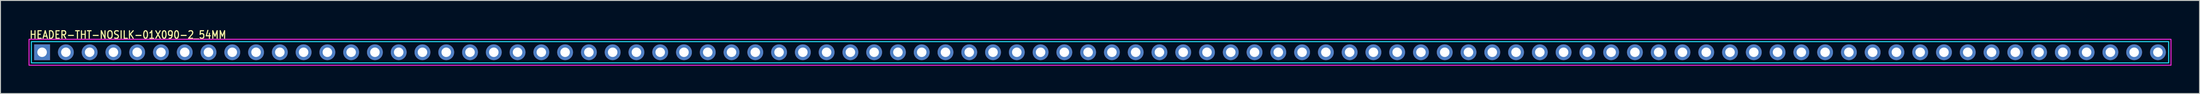
<source format=kicad_pcb>
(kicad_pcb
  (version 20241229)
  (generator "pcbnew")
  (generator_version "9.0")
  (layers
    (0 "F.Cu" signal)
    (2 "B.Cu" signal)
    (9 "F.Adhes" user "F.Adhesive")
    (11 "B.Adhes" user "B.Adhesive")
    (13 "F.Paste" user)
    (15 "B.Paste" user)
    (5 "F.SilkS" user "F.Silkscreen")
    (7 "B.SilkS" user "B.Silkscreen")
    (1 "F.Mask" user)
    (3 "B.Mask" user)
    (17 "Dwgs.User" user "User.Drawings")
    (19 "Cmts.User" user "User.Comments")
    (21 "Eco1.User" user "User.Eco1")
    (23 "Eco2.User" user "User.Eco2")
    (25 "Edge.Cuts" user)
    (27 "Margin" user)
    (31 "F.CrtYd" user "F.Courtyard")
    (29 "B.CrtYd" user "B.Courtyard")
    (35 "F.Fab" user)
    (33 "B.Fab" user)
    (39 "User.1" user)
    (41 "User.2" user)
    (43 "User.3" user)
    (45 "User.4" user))
  (footprint "HEADER-THT-NOSILK-01X090-2_54MM"
    (layer "F.Cu")
    (at 1.447 2.579)
    (property "Reference" "HEADER-THT-NOSILK-01X090-2_54MM" (at -1.4 -1.4 0) (unlocked yes) (layer "F.SilkS") (effects (font (size 0.813 0.695) (thickness 0.122)) (justify left bottom)))
    (fp_poly (pts (xy -1.143 -1.143) (xy 227.203 -1.143) (xy 227.203 1.143) (xy -1.143 1.143)) (stroke (width 0.1) (type solid)) (fill no) (layer "B.CrtYd"))
    (fp_poly (pts (xy -1.397 -1.397) (xy 227.457 -1.397) (xy 227.457 1.397) (xy -1.397 1.397)) (stroke (width 0.1) (type solid)) (fill no) (layer "F.CrtYd"))
    (pad "P$1" thru_hole rect (at 0 0) (size 1.693 1.693) (drill 1.016) (layers "*.Cu" "*.Mask"))
    (pad "P$2" thru_hole oval (at 2.54 0) (size 1.693 1.693) (drill 1.016) (layers "*.Cu" "*.Mask"))
    (pad "P$3" thru_hole oval (at 5.08 0) (size 1.693 1.693) (drill 1.016) (layers "*.Cu" "*.Mask"))
    (pad "P$4" thru_hole oval (at 7.62 0) (size 1.693 1.693) (drill 1.016) (layers "*.Cu" "*.Mask"))
    (pad "P$5" thru_hole oval (at 10.16 0) (size 1.693 1.693) (drill 1.016) (layers "*.Cu" "*.Mask"))
    (pad "P$6" thru_hole oval (at 12.7 0) (size 1.693 1.693) (drill 1.016) (layers "*.Cu" "*.Mask"))
    (pad "P$7" thru_hole oval (at 15.24 0) (size 1.693 1.693) (drill 1.016) (layers "*.Cu" "*.Mask"))
    (pad "P$8" thru_hole oval (at 17.78 0) (size 1.693 1.693) (drill 1.016) (layers "*.Cu" "*.Mask"))
    (pad "P$9" thru_hole oval (at 20.32 0) (size 1.693 1.693) (drill 1.016) (layers "*.Cu" "*.Mask"))
    (pad "P$10" thru_hole oval (at 22.86 0) (size 1.693 1.693) (drill 1.016) (layers "*.Cu" "*.Mask"))
    (pad "P$11" thru_hole oval (at 25.4 0) (size 1.693 1.693) (drill 1.016) (layers "*.Cu" "*.Mask"))
    (pad "P$12" thru_hole oval (at 27.94 0) (size 1.693 1.693) (drill 1.016) (layers "*.Cu" "*.Mask"))
    (pad "P$13" thru_hole oval (at 30.48 0) (size 1.693 1.693) (drill 1.016) (layers "*.Cu" "*.Mask"))
    (pad "P$14" thru_hole oval (at 33.02 0) (size 1.693 1.693) (drill 1.016) (layers "*.Cu" "*.Mask"))
    (pad "P$15" thru_hole oval (at 35.56 0) (size 1.693 1.693) (drill 1.016) (layers "*.Cu" "*.Mask"))
    (pad "P$16" thru_hole oval (at 38.1 0) (size 1.693 1.693) (drill 1.016) (layers "*.Cu" "*.Mask"))
    (pad "P$17" thru_hole oval (at 40.64 0) (size 1.693 1.693) (drill 1.016) (layers "*.Cu" "*.Mask"))
    (pad "P$18" thru_hole oval (at 43.18 0) (size 1.693 1.693) (drill 1.016) (layers "*.Cu" "*.Mask"))
    (pad "P$19" thru_hole oval (at 45.72 0) (size 1.693 1.693) (drill 1.016) (layers "*.Cu" "*.Mask"))
    (pad "P$20" thru_hole oval (at 48.26 0) (size 1.693 1.693) (drill 1.016) (layers "*.Cu" "*.Mask"))
    (pad "P$21" thru_hole oval (at 50.8 0) (size 1.693 1.693) (drill 1.016) (layers "*.Cu" "*.Mask"))
    (pad "P$22" thru_hole oval (at 53.34 0) (size 1.693 1.693) (drill 1.016) (layers "*.Cu" "*.Mask"))
    (pad "P$23" thru_hole oval (at 55.88 0) (size 1.693 1.693) (drill 1.016) (layers "*.Cu" "*.Mask"))
    (pad "P$24" thru_hole oval (at 58.42 0) (size 1.693 1.693) (drill 1.016) (layers "*.Cu" "*.Mask"))
    (pad "P$25" thru_hole oval (at 60.96 0) (size 1.693 1.693) (drill 1.016) (layers "*.Cu" "*.Mask"))
    (pad "P$26" thru_hole oval (at 63.5 0) (size 1.693 1.693) (drill 1.016) (layers "*.Cu" "*.Mask"))
    (pad "P$27" thru_hole oval (at 66.04 0) (size 1.693 1.693) (drill 1.016) (layers "*.Cu" "*.Mask"))
    (pad "P$28" thru_hole oval (at 68.58 0) (size 1.693 1.693) (drill 1.016) (layers "*.Cu" "*.Mask"))
    (pad "P$29" thru_hole oval (at 71.12 0) (size 1.693 1.693) (drill 1.016) (layers "*.Cu" "*.Mask"))
    (pad "P$30" thru_hole oval (at 73.66 0) (size 1.693 1.693) (drill 1.016) (layers "*.Cu" "*.Mask"))
    (pad "P$31" thru_hole oval (at 76.2 0) (size 1.693 1.693) (drill 1.016) (layers "*.Cu" "*.Mask"))
    (pad "P$32" thru_hole oval (at 78.74 0) (size 1.693 1.693) (drill 1.016) (layers "*.Cu" "*.Mask"))
    (pad "P$33" thru_hole oval (at 81.28 0) (size 1.693 1.693) (drill 1.016) (layers "*.Cu" "*.Mask"))
    (pad "P$34" thru_hole oval (at 83.82 0) (size 1.693 1.693) (drill 1.016) (layers "*.Cu" "*.Mask"))
    (pad "P$35" thru_hole oval (at 86.36 0) (size 1.693 1.693) (drill 1.016) (layers "*.Cu" "*.Mask"))
    (pad "P$36" thru_hole oval (at 88.9 0) (size 1.693 1.693) (drill 1.016) (layers "*.Cu" "*.Mask"))
    (pad "P$37" thru_hole oval (at 91.44 0) (size 1.693 1.693) (drill 1.016) (layers "*.Cu" "*.Mask"))
    (pad "P$38" thru_hole oval (at 93.98 0) (size 1.693 1.693) (drill 1.016) (layers "*.Cu" "*.Mask"))
    (pad "P$39" thru_hole oval (at 96.52 0) (size 1.693 1.693) (drill 1.016) (layers "*.Cu" "*.Mask"))
    (pad "P$40" thru_hole oval (at 99.06 0) (size 1.693 1.693) (drill 1.016) (layers "*.Cu" "*.Mask"))
    (pad "P$41" thru_hole oval (at 101.6 0) (size 1.693 1.693) (drill 1.016) (layers "*.Cu" "*.Mask"))
    (pad "P$42" thru_hole oval (at 104.14 0) (size 1.693 1.693) (drill 1.016) (layers "*.Cu" "*.Mask"))
    (pad "P$43" thru_hole oval (at 106.68 0) (size 1.693 1.693) (drill 1.016) (layers "*.Cu" "*.Mask"))
    (pad "P$44" thru_hole oval (at 109.22 0) (size 1.693 1.693) (drill 1.016) (layers "*.Cu" "*.Mask"))
    (pad "P$45" thru_hole oval (at 111.76 0) (size 1.693 1.693) (drill 1.016) (layers "*.Cu" "*.Mask"))
    (pad "P$46" thru_hole oval (at 114.3 0) (size 1.693 1.693) (drill 1.016) (layers "*.Cu" "*.Mask"))
    (pad "P$47" thru_hole oval (at 116.84 0) (size 1.693 1.693) (drill 1.016) (layers "*.Cu" "*.Mask"))
    (pad "P$48" thru_hole oval (at 119.38 0) (size 1.693 1.693) (drill 1.016) (layers "*.Cu" "*.Mask"))
    (pad "P$49" thru_hole oval (at 121.92 0) (size 1.693 1.693) (drill 1.016) (layers "*.Cu" "*.Mask"))
    (pad "P$50" thru_hole oval (at 124.46 0) (size 1.693 1.693) (drill 1.016) (layers "*.Cu" "*.Mask"))
    (pad "P$51" thru_hole oval (at 127 0) (size 1.693 1.693) (drill 1.016) (layers "*.Cu" "*.Mask"))
    (pad "P$52" thru_hole oval (at 129.54 0) (size 1.693 1.693) (drill 1.016) (layers "*.Cu" "*.Mask"))
    (pad "P$53" thru_hole oval (at 132.08 0) (size 1.693 1.693) (drill 1.016) (layers "*.Cu" "*.Mask"))
    (pad "P$54" thru_hole oval (at 134.62 0) (size 1.693 1.693) (drill 1.016) (layers "*.Cu" "*.Mask"))
    (pad "P$55" thru_hole oval (at 137.16 0) (size 1.693 1.693) (drill 1.016) (layers "*.Cu" "*.Mask"))
    (pad "P$56" thru_hole oval (at 139.7 0) (size 1.693 1.693) (drill 1.016) (layers "*.Cu" "*.Mask"))
    (pad "P$57" thru_hole oval (at 142.24 0) (size 1.693 1.693) (drill 1.016) (layers "*.Cu" "*.Mask"))
    (pad "P$58" thru_hole oval (at 144.78 0) (size 1.693 1.693) (drill 1.016) (layers "*.Cu" "*.Mask"))
    (pad "P$59" thru_hole oval (at 147.32 0) (size 1.693 1.693) (drill 1.016) (layers "*.Cu" "*.Mask"))
    (pad "P$60" thru_hole oval (at 149.86 0) (size 1.693 1.693) (drill 1.016) (layers "*.Cu" "*.Mask"))
    (pad "P$61" thru_hole oval (at 152.4 0) (size 1.693 1.693) (drill 1.016) (layers "*.Cu" "*.Mask"))
    (pad "P$62" thru_hole oval (at 154.94 0) (size 1.693 1.693) (drill 1.016) (layers "*.Cu" "*.Mask"))
    (pad "P$63" thru_hole oval (at 157.48 0) (size 1.693 1.693) (drill 1.016) (layers "*.Cu" "*.Mask"))
    (pad "P$64" thru_hole oval (at 160.02 0) (size 1.693 1.693) (drill 1.016) (layers "*.Cu" "*.Mask"))
    (pad "P$65" thru_hole oval (at 162.56 0) (size 1.693 1.693) (drill 1.016) (layers "*.Cu" "*.Mask"))
    (pad "P$66" thru_hole oval (at 165.1 0) (size 1.693 1.693) (drill 1.016) (layers "*.Cu" "*.Mask"))
    (pad "P$67" thru_hole oval (at 167.64 0) (size 1.693 1.693) (drill 1.016) (layers "*.Cu" "*.Mask"))
    (pad "P$68" thru_hole oval (at 170.18 0) (size 1.693 1.693) (drill 1.016) (layers "*.Cu" "*.Mask"))
    (pad "P$69" thru_hole oval (at 172.72 0) (size 1.693 1.693) (drill 1.016) (layers "*.Cu" "*.Mask"))
    (pad "P$70" thru_hole oval (at 175.26 0) (size 1.693 1.693) (drill 1.016) (layers "*.Cu" "*.Mask"))
    (pad "P$71" thru_hole oval (at 177.8 0) (size 1.693 1.693) (drill 1.016) (layers "*.Cu" "*.Mask"))
    (pad "P$72" thru_hole oval (at 180.34 0) (size 1.693 1.693) (drill 1.016) (layers "*.Cu" "*.Mask"))
    (pad "P$73" thru_hole oval (at 182.88 0) (size 1.693 1.693) (drill 1.016) (layers "*.Cu" "*.Mask"))
    (pad "P$74" thru_hole oval (at 185.42 0) (size 1.693 1.693) (drill 1.016) (layers "*.Cu" "*.Mask"))
    (pad "P$75" thru_hole oval (at 187.96 0) (size 1.693 1.693) (drill 1.016) (layers "*.Cu" "*.Mask"))
    (pad "P$76" thru_hole oval (at 190.5 0) (size 1.693 1.693) (drill 1.016) (layers "*.Cu" "*.Mask"))
    (pad "P$77" thru_hole oval (at 193.04 0) (size 1.693 1.693) (drill 1.016) (layers "*.Cu" "*.Mask"))
    (pad "P$78" thru_hole oval (at 195.58 0) (size 1.693 1.693) (drill 1.016) (layers "*.Cu" "*.Mask"))
    (pad "P$79" thru_hole oval (at 198.12 0) (size 1.693 1.693) (drill 1.016) (layers "*.Cu" "*.Mask"))
    (pad "P$80" thru_hole oval (at 200.66 0) (size 1.693 1.693) (drill 1.016) (layers "*.Cu" "*.Mask"))
    (pad "P$81" thru_hole oval (at 203.2 0) (size 1.693 1.693) (drill 1.016) (layers "*.Cu" "*.Mask"))
    (pad "P$82" thru_hole oval (at 205.74 0) (size 1.693 1.693) (drill 1.016) (layers "*.Cu" "*.Mask"))
    (pad "P$83" thru_hole oval (at 208.28 0) (size 1.693 1.693) (drill 1.016) (layers "*.Cu" "*.Mask"))
    (pad "P$84" thru_hole oval (at 210.82 0) (size 1.693 1.693) (drill 1.016) (layers "*.Cu" "*.Mask"))
    (pad "P$85" thru_hole oval (at 213.36 0) (size 1.693 1.693) (drill 1.016) (layers "*.Cu" "*.Mask"))
    (pad "P$86" thru_hole oval (at 215.9 0) (size 1.693 1.693) (drill 1.016) (layers "*.Cu" "*.Mask"))
    (pad "P$87" thru_hole oval (at 218.44 0) (size 1.693 1.693) (drill 1.016) (layers "*.Cu" "*.Mask"))
    (pad "P$88" thru_hole oval (at 220.98 0) (size 1.693 1.693) (drill 1.016) (layers "*.Cu" "*.Mask"))
    (pad "P$89" thru_hole oval (at 223.52 0) (size 1.693 1.693) (drill 1.016) (layers "*.Cu" "*.Mask"))
    (pad "P$90" thru_hole oval (at 226.06 0) (size 1.693 1.693) (drill 1.016) (layers "*.Cu" "*.Mask")))
  (gr_rect
    (start -3 -3)
    (end 231.954 7.026)
    (stroke (width 0.1) (type default))
    (fill no)
    (layer "Edge.Cuts")))
</source>
